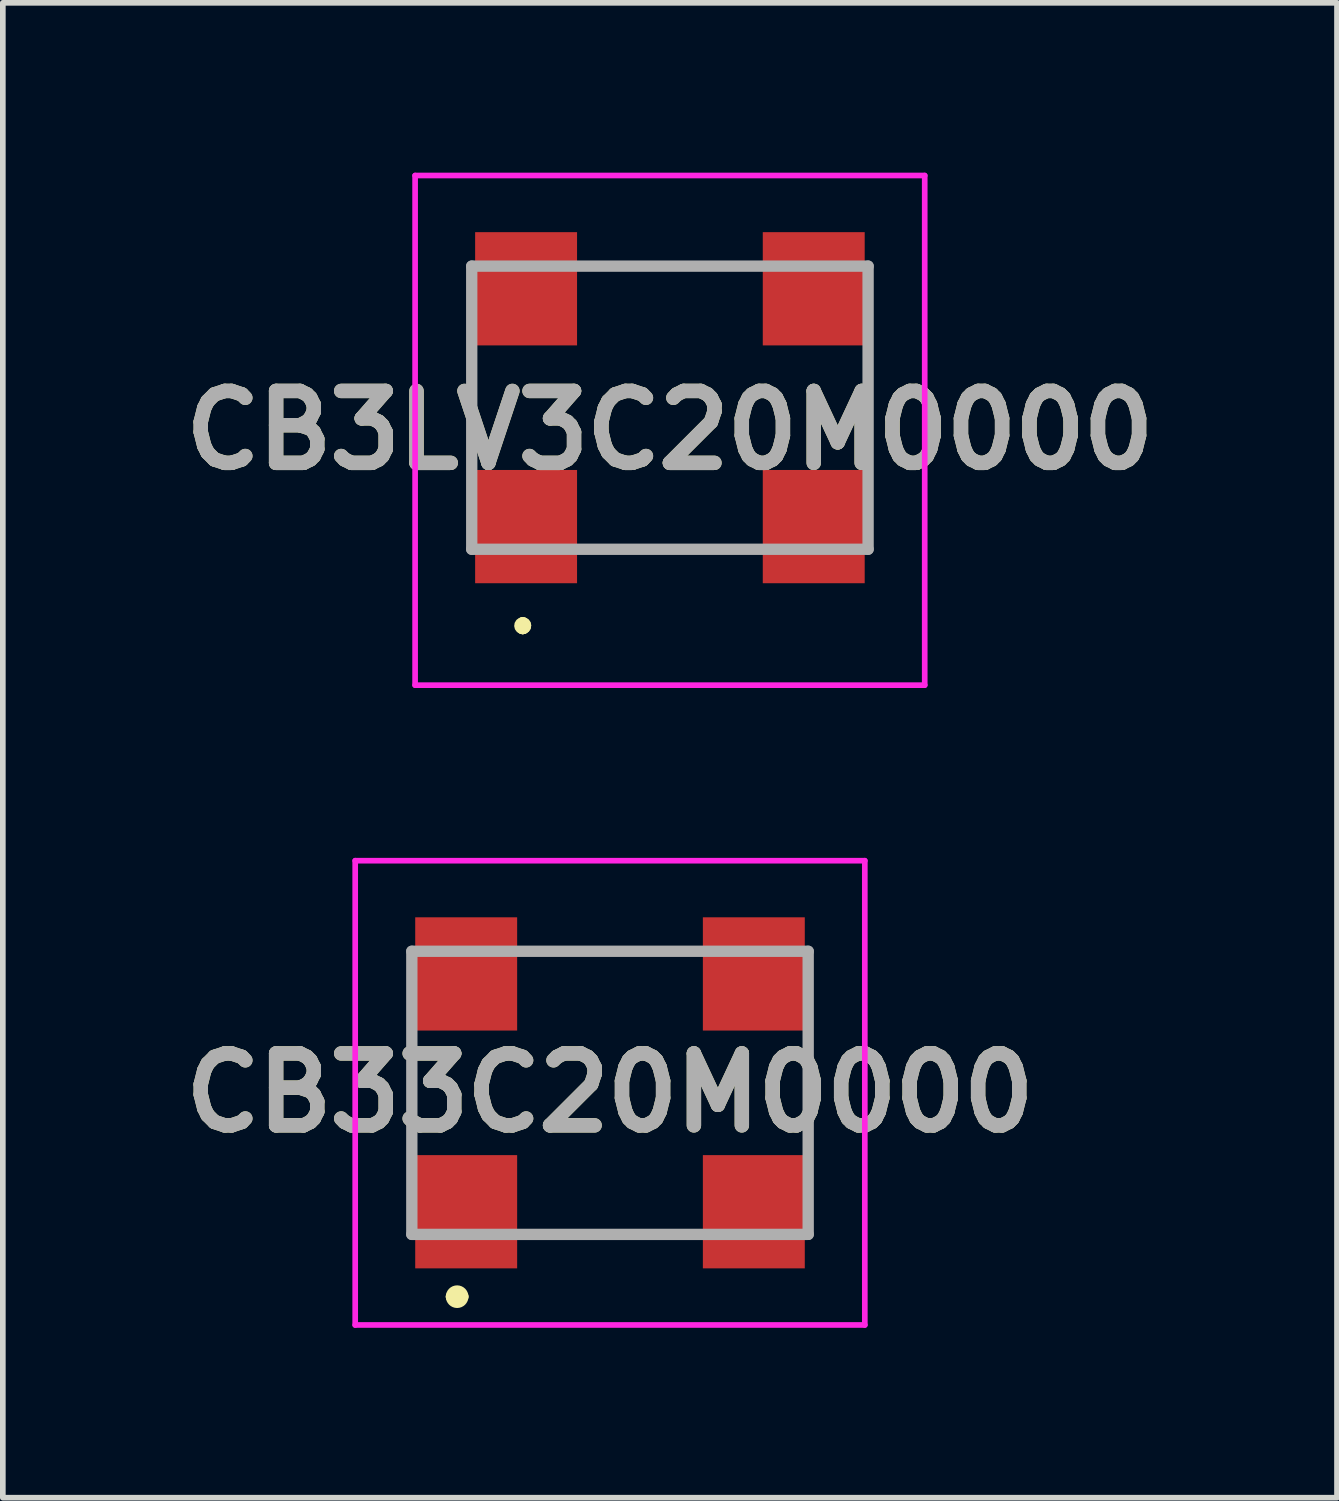
<source format=kicad_pcb>
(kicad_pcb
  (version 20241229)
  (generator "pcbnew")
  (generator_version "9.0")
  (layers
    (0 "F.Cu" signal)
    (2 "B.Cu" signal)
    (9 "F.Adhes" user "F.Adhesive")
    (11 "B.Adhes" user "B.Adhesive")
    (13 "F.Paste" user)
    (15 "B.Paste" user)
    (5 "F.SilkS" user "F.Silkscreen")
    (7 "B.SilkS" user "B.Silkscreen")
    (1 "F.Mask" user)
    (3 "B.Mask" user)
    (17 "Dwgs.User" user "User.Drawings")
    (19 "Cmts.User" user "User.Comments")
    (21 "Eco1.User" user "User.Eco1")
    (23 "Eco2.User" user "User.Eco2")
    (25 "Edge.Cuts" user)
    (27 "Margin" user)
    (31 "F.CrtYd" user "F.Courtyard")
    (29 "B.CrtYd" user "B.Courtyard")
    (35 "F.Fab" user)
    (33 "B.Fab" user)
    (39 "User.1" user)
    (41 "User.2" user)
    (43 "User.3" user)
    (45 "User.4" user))
  (footprint "CB3LV3C20M0000"
    (layer "F.Cu")
    (at 8.781 4.15)
    (property "Reference" "CB3LV3C20M0000" (at 0 0.4 0) (layer "F.SilkS") (effects (font (size 1.27 1.27) (thickness 0.254))))
    (attr smd)
    (fp_line (start -3.5 -0.5) (end -3.5 -0.5) (stroke (width 0.1) (type solid)) (layer "F.SilkS"))
    (fp_line (start -3.5 -0.5) (end -3.5 0.5) (stroke (width 0.1) (type solid)) (layer "F.SilkS"))
    (fp_line (start -3.5 0.5) (end -3.5 -0.5) (stroke (width 0.1) (type solid)) (layer "F.SilkS"))
    (fp_line (start -3.5 0.5) (end -3.5 0.5) (stroke (width 0.1) (type solid)) (layer "F.SilkS"))
    (fp_line (start -2.6 3.8) (end -2.6 3.8) (stroke (width 0.2) (type solid)) (layer "F.SilkS"))
    (fp_line (start -2.6 3.9) (end -2.6 3.9) (stroke (width 0.2) (type solid)) (layer "F.SilkS"))
    (fp_line (start -2.6 3.9) (end -2.6 3.9) (stroke (width 0.2) (type solid)) (layer "F.SilkS"))
    (fp_line (start -1 -2.5) (end -1 -2.5) (stroke (width 0.1) (type solid)) (layer "F.SilkS"))
    (fp_line (start -1 -2.5) (end 1 -2.5) (stroke (width 0.1) (type solid)) (layer "F.SilkS"))
    (fp_line (start -1 2.5) (end -1 2.5) (stroke (width 0.1) (type solid)) (layer "F.SilkS"))
    (fp_line (start -1 2.5) (end 1 2.5) (stroke (width 0.1) (type solid)) (layer "F.SilkS"))
    (fp_line (start 1 -2.5) (end -1 -2.5) (stroke (width 0.1) (type solid)) (layer "F.SilkS"))
    (fp_line (start 1 -2.5) (end 1 -2.5) (stroke (width 0.1) (type solid)) (layer "F.SilkS"))
    (fp_line (start 1 2.5) (end -1 2.5) (stroke (width 0.1) (type solid)) (layer "F.SilkS"))
    (fp_line (start 1 2.5) (end 1 2.5) (stroke (width 0.1) (type solid)) (layer "F.SilkS"))
    (fp_line (start 3.5 -0.5) (end 3.5 -0.5) (stroke (width 0.1) (type solid)) (layer "F.SilkS"))
    (fp_line (start 3.5 -0.5) (end 3.5 0.5) (stroke (width 0.1) (type solid)) (layer "F.SilkS"))
    (fp_line (start 3.5 0.5) (end 3.5 -0.5) (stroke (width 0.1) (type solid)) (layer "F.SilkS"))
    (fp_line (start 3.5 0.5) (end 3.5 0.5) (stroke (width 0.1) (type solid)) (layer "F.SilkS"))
    (fp_arc (start -2.6 3.8) (mid -2.55 3.85) (end -2.6 3.9) (stroke (width 0.2) (type solid)) (layer "F.SilkS"))
    (fp_arc (start -2.6 3.8) (mid -2.55 3.85) (end -2.6 3.9) (stroke (width 0.2) (type solid)) (layer "F.SilkS"))
    (fp_arc (start -2.6 3.9) (mid -2.65 3.85) (end -2.6 3.8) (stroke (width 0.2) (type solid)) (layer "F.SilkS"))
    (fp_line (start -4.5 -4.1) (end 4.5 -4.1) (stroke (width 0.1) (type solid)) (layer "F.CrtYd"))
    (fp_line (start -4.5 4.9) (end -4.5 -4.1) (stroke (width 0.1) (type solid)) (layer "F.CrtYd"))
    (fp_line (start 4.5 -4.1) (end 4.5 4.9) (stroke (width 0.1) (type solid)) (layer "F.CrtYd"))
    (fp_line (start 4.5 4.9) (end -4.5 4.9) (stroke (width 0.1) (type solid)) (layer "F.CrtYd"))
    (fp_line (start -3.5 -2.5) (end -3.5 2.5) (stroke (width 0.2) (type solid)) (layer "F.Fab"))
    (fp_line (start -3.5 2.5) (end 3.5 2.5) (stroke (width 0.2) (type solid)) (layer "F.Fab"))
    (fp_line (start 3.5 -2.5) (end -3.5 -2.5) (stroke (width 0.2) (type solid)) (layer "F.Fab"))
    (fp_line (start 3.5 2.5) (end 3.5 -2.5) (stroke (width 0.2) (type solid)) (layer "F.Fab"))
    (fp_text user "${REFERENCE}" (at 0 0.4 0) (layer "F.Fab") (effects (font (size 1.27 1.27) (thickness 0.254))))
    (pad "1" smd rect (at -2.54 2.1) (size 1.8 2) (layers "F.Cu" "F.Mask" "F.Paste"))
    (pad "2" smd rect (at 2.54 2.1) (size 1.8 2) (layers "F.Cu" "F.Mask" "F.Paste"))
    (pad "3" smd rect (at 2.54 -2.1) (size 1.8 2) (layers "F.Cu" "F.Mask" "F.Paste"))
    (pad "4" smd rect (at -2.54 -2.1) (size 1.8 2) (layers "F.Cu" "F.Mask" "F.Paste")))
  (footprint "CB33C20M0000"
    (layer "F.Cu")
    (at 7.723 16.25)
    (property "Reference" "CB33C20M0000" (at 0 0 0) (layer "F.SilkS") (effects (font (size 1.27 1.27) (thickness 0.254))))
    (attr smd)
    (fp_line (start -2.8 3.6) (end -2.8 3.6) (stroke (width 0.2) (type solid)) (layer "F.SilkS"))
    (fp_line (start -2.6 3.6) (end -2.6 3.6) (stroke (width 0.2) (type solid)) (layer "F.SilkS"))
    (fp_arc (start -2.8 3.6) (mid -2.7 3.5) (end -2.6 3.6) (stroke (width 0.2) (type solid)) (layer "F.SilkS"))
    (fp_arc (start -2.6 3.6) (mid -2.7 3.7) (end -2.8 3.6) (stroke (width 0.2) (type solid)) (layer "F.SilkS"))
    (fp_line (start -4.5 -4.1) (end 4.5 -4.1) (stroke (width 0.1) (type solid)) (layer "F.CrtYd"))
    (fp_line (start -4.5 4.1) (end -4.5 -4.1) (stroke (width 0.1) (type solid)) (layer "F.CrtYd"))
    (fp_line (start 4.5 -4.1) (end 4.5 4.1) (stroke (width 0.1) (type solid)) (layer "F.CrtYd"))
    (fp_line (start 4.5 4.1) (end -4.5 4.1) (stroke (width 0.1) (type solid)) (layer "F.CrtYd"))
    (fp_line (start -3.5 -2.5) (end 3.5 -2.5) (stroke (width 0.2) (type solid)) (layer "F.Fab"))
    (fp_line (start -3.5 2.5) (end -3.5 -2.5) (stroke (width 0.2) (type solid)) (layer "F.Fab"))
    (fp_line (start 3.5 -2.5) (end 3.5 2.5) (stroke (width 0.2) (type solid)) (layer "F.Fab"))
    (fp_line (start 3.5 2.5) (end -3.5 2.5) (stroke (width 0.2) (type solid)) (layer "F.Fab"))
    (fp_text user "${REFERENCE}" (at 0 0 0) (layer "F.Fab") (effects (font (size 1.27 1.27) (thickness 0.254))))
    (pad "1" smd rect (at -2.54 2.1) (size 1.8 2) (layers "F.Cu" "F.Mask" "F.Paste"))
    (pad "2" smd rect (at 2.54 2.1) (size 1.8 2) (layers "F.Cu" "F.Mask" "F.Paste"))
    (pad "3" smd rect (at 2.54 -2.1) (size 1.8 2) (layers "F.Cu" "F.Mask" "F.Paste"))
    (pad "4" smd rect (at -2.54 -2.1) (size 1.8 2) (layers "F.Cu" "F.Mask" "F.Paste")))
  (gr_rect
    (start -3 -3)
    (end 20.562 23.4)
    (stroke (width 0.1) (type default))
    (fill no)
    (layer "Edge.Cuts")))
</source>
